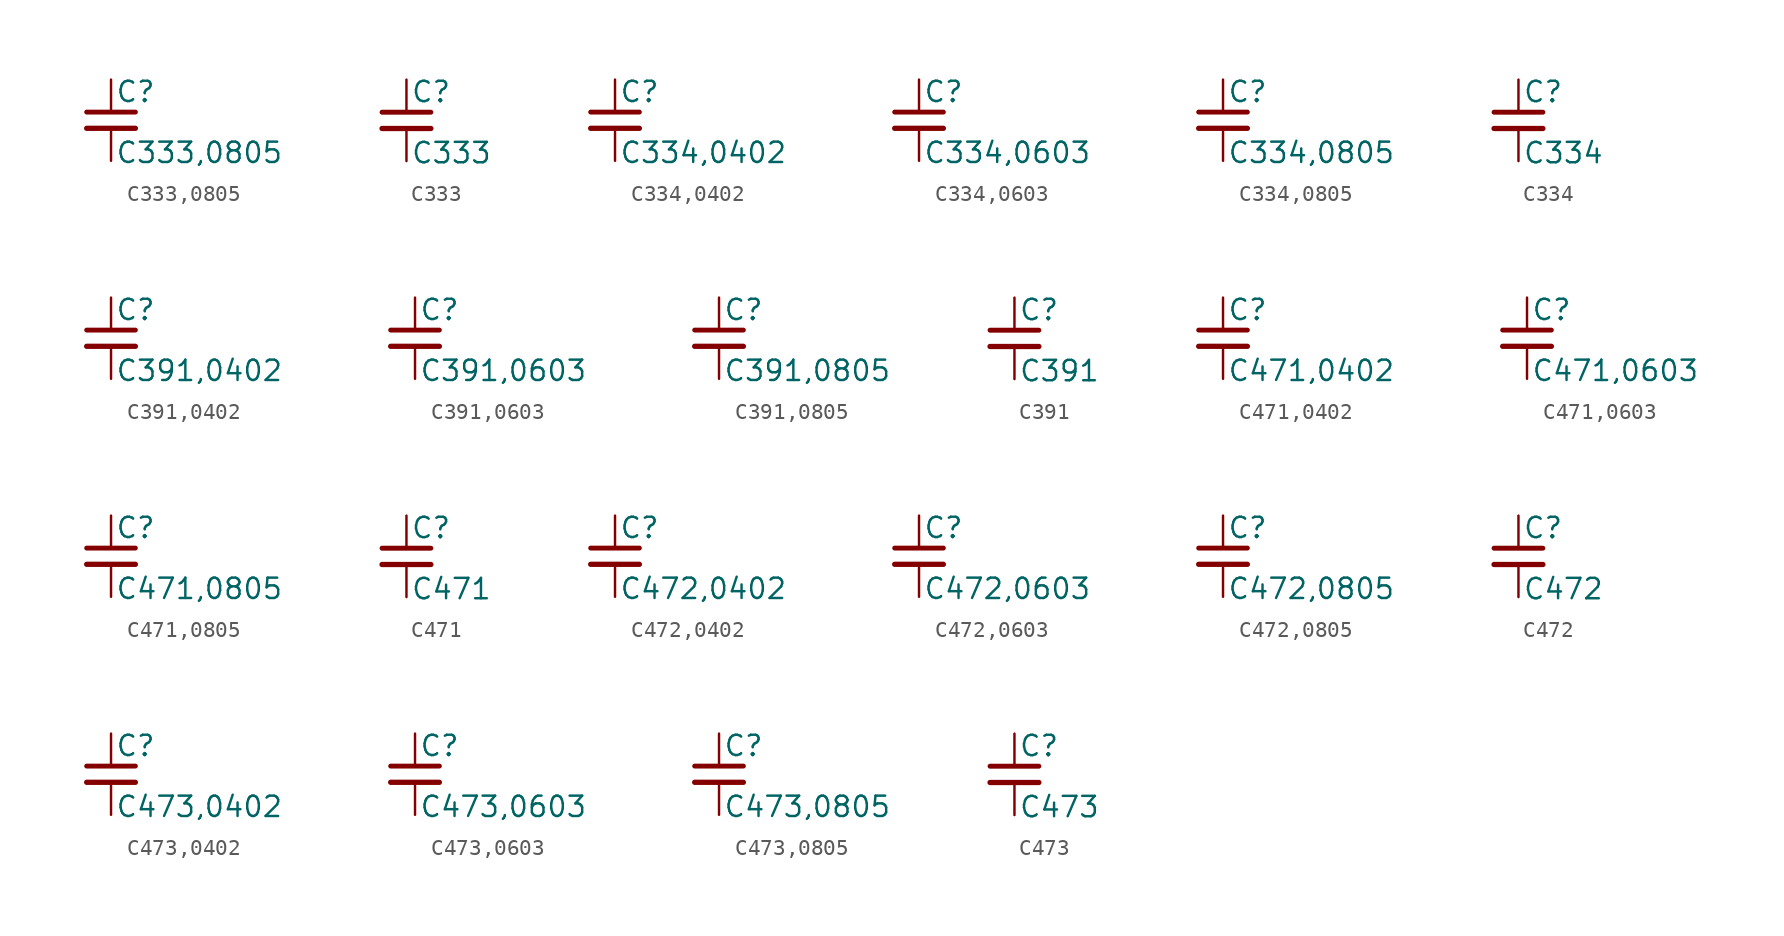
<source format=kicad_sym>
(kicad_symbol_lib
  (version 20211014)
  (generator kicad_symbol_editor)
  (symbol "C333,0805"
    (pin_numbers hide)
    (pin_names
      (offset 0.254) hide)
    (property "Reference" "C"
      (at 0.254 1.778 0)
      (effects (font (size 1.27 1.27)) (justify left)))
    (property "Value" "C333,0805"
      (at 0.254 -2.032 0)
      (effects (font (size 1.27 1.27)) (justify left)))
    (symbol "C333,0805_0_1"
      (polyline (pts (xy -1.524 -0.508) (xy 1.524 -0.508)) (stroke (width 0.33) (type default) (color 0 0 0 0)) (fill (type none)))
      (polyline (pts (xy -1.524 0.508) (xy 1.524 0.508)) (stroke (width 0.305) (type default) (color 0 0 0 0)) (fill (type none))))
    (symbol "C333,0805_1_1"
      (pin passive line (at 0 2.54 270) (length 2.032) (name "~" (effects (font (size 1.27 1.27)))) (number "1" (effects (font (size 1.27 1.27)))))
      (pin passive line (at 0 -2.54 90) (length 2.032) (name "~" (effects (font (size 1.27 1.27)))) (number "2" (effects (font (size 1.27 1.27)))))))
  (symbol "C333"
    (pin_numbers hide)
    (pin_names
      (offset 0.254) hide)
    (property "Reference" "C"
      (at 0.254 1.778 0)
      (effects (font (size 1.27 1.27)) (justify left)))
    (property "Value" "C333"
      (at 0.254 -2.032 0)
      (effects (font (size 1.27 1.27)) (justify left)))
    (symbol "C333_0_1"
      (polyline (pts (xy -1.524 -0.508) (xy 1.524 -0.508)) (stroke (width 0.33) (type default) (color 0 0 0 0)) (fill (type none)))
      (polyline (pts (xy -1.524 0.508) (xy 1.524 0.508)) (stroke (width 0.305) (type default) (color 0 0 0 0)) (fill (type none))))
    (symbol "C333_1_1"
      (pin passive line (at 0 2.54 270) (length 2.032) (name "~" (effects (font (size 1.27 1.27)))) (number "1" (effects (font (size 1.27 1.27)))))
      (pin passive line (at 0 -2.54 90) (length 2.032) (name "~" (effects (font (size 1.27 1.27)))) (number "2" (effects (font (size 1.27 1.27)))))))
  (symbol "C334,0402"
    (pin_numbers hide)
    (pin_names
      (offset 0.254) hide)
    (property "Reference" "C"
      (at 0.254 1.778 0)
      (effects (font (size 1.27 1.27)) (justify left)))
    (property "Value" "C334,0402"
      (at 0.254 -2.032 0)
      (effects (font (size 1.27 1.27)) (justify left)))
    (symbol "C334,0402_0_1"
      (polyline (pts (xy -1.524 -0.508) (xy 1.524 -0.508)) (stroke (width 0.33) (type default) (color 0 0 0 0)) (fill (type none)))
      (polyline (pts (xy -1.524 0.508) (xy 1.524 0.508)) (stroke (width 0.305) (type default) (color 0 0 0 0)) (fill (type none))))
    (symbol "C334,0402_1_1"
      (pin passive line (at 0 2.54 270) (length 2.032) (name "~" (effects (font (size 1.27 1.27)))) (number "1" (effects (font (size 1.27 1.27)))))
      (pin passive line (at 0 -2.54 90) (length 2.032) (name "~" (effects (font (size 1.27 1.27)))) (number "2" (effects (font (size 1.27 1.27)))))))
  (symbol "C334,0603"
    (pin_numbers hide)
    (pin_names
      (offset 0.254) hide)
    (property "Reference" "C"
      (at 0.254 1.778 0)
      (effects (font (size 1.27 1.27)) (justify left)))
    (property "Value" "C334,0603"
      (at 0.254 -2.032 0)
      (effects (font (size 1.27 1.27)) (justify left)))
    (symbol "C334,0603_0_1"
      (polyline (pts (xy -1.524 -0.508) (xy 1.524 -0.508)) (stroke (width 0.33) (type default) (color 0 0 0 0)) (fill (type none)))
      (polyline (pts (xy -1.524 0.508) (xy 1.524 0.508)) (stroke (width 0.305) (type default) (color 0 0 0 0)) (fill (type none))))
    (symbol "C334,0603_1_1"
      (pin passive line (at 0 2.54 270) (length 2.032) (name "~" (effects (font (size 1.27 1.27)))) (number "1" (effects (font (size 1.27 1.27)))))
      (pin passive line (at 0 -2.54 90) (length 2.032) (name "~" (effects (font (size 1.27 1.27)))) (number "2" (effects (font (size 1.27 1.27)))))))
  (symbol "C334,0805"
    (pin_numbers hide)
    (pin_names
      (offset 0.254) hide)
    (property "Reference" "C"
      (at 0.254 1.778 0)
      (effects (font (size 1.27 1.27)) (justify left)))
    (property "Value" "C334,0805"
      (at 0.254 -2.032 0)
      (effects (font (size 1.27 1.27)) (justify left)))
    (symbol "C334,0805_0_1"
      (polyline (pts (xy -1.524 -0.508) (xy 1.524 -0.508)) (stroke (width 0.33) (type default) (color 0 0 0 0)) (fill (type none)))
      (polyline (pts (xy -1.524 0.508) (xy 1.524 0.508)) (stroke (width 0.305) (type default) (color 0 0 0 0)) (fill (type none))))
    (symbol "C334,0805_1_1"
      (pin passive line (at 0 2.54 270) (length 2.032) (name "~" (effects (font (size 1.27 1.27)))) (number "1" (effects (font (size 1.27 1.27)))))
      (pin passive line (at 0 -2.54 90) (length 2.032) (name "~" (effects (font (size 1.27 1.27)))) (number "2" (effects (font (size 1.27 1.27)))))))
  (symbol "C334"
    (pin_numbers hide)
    (pin_names
      (offset 0.254) hide)
    (property "Reference" "C"
      (at 0.254 1.778 0)
      (effects (font (size 1.27 1.27)) (justify left)))
    (property "Value" "C334"
      (at 0.254 -2.032 0)
      (effects (font (size 1.27 1.27)) (justify left)))
    (symbol "C334_0_1"
      (polyline (pts (xy -1.524 -0.508) (xy 1.524 -0.508)) (stroke (width 0.33) (type default) (color 0 0 0 0)) (fill (type none)))
      (polyline (pts (xy -1.524 0.508) (xy 1.524 0.508)) (stroke (width 0.305) (type default) (color 0 0 0 0)) (fill (type none))))
    (symbol "C334_1_1"
      (pin passive line (at 0 2.54 270) (length 2.032) (name "~" (effects (font (size 1.27 1.27)))) (number "1" (effects (font (size 1.27 1.27)))))
      (pin passive line (at 0 -2.54 90) (length 2.032) (name "~" (effects (font (size 1.27 1.27)))) (number "2" (effects (font (size 1.27 1.27)))))))
  (symbol "C391,0402"
    (pin_numbers hide)
    (pin_names
      (offset 0.254) hide)
    (property "Reference" "C"
      (at 0.254 1.778 0)
      (effects (font (size 1.27 1.27)) (justify left)))
    (property "Value" "C391,0402"
      (at 0.254 -2.032 0)
      (effects (font (size 1.27 1.27)) (justify left)))
    (symbol "C391,0402_0_1"
      (polyline (pts (xy -1.524 -0.508) (xy 1.524 -0.508)) (stroke (width 0.33) (type default) (color 0 0 0 0)) (fill (type none)))
      (polyline (pts (xy -1.524 0.508) (xy 1.524 0.508)) (stroke (width 0.305) (type default) (color 0 0 0 0)) (fill (type none))))
    (symbol "C391,0402_1_1"
      (pin passive line (at 0 2.54 270) (length 2.032) (name "~" (effects (font (size 1.27 1.27)))) (number "1" (effects (font (size 1.27 1.27)))))
      (pin passive line (at 0 -2.54 90) (length 2.032) (name "~" (effects (font (size 1.27 1.27)))) (number "2" (effects (font (size 1.27 1.27)))))))
  (symbol "C391,0603"
    (pin_numbers hide)
    (pin_names
      (offset 0.254) hide)
    (property "Reference" "C"
      (at 0.254 1.778 0)
      (effects (font (size 1.27 1.27)) (justify left)))
    (property "Value" "C391,0603"
      (at 0.254 -2.032 0)
      (effects (font (size 1.27 1.27)) (justify left)))
    (symbol "C391,0603_0_1"
      (polyline (pts (xy -1.524 -0.508) (xy 1.524 -0.508)) (stroke (width 0.33) (type default) (color 0 0 0 0)) (fill (type none)))
      (polyline (pts (xy -1.524 0.508) (xy 1.524 0.508)) (stroke (width 0.305) (type default) (color 0 0 0 0)) (fill (type none))))
    (symbol "C391,0603_1_1"
      (pin passive line (at 0 2.54 270) (length 2.032) (name "~" (effects (font (size 1.27 1.27)))) (number "1" (effects (font (size 1.27 1.27)))))
      (pin passive line (at 0 -2.54 90) (length 2.032) (name "~" (effects (font (size 1.27 1.27)))) (number "2" (effects (font (size 1.27 1.27)))))))
  (symbol "C391,0805"
    (pin_numbers hide)
    (pin_names
      (offset 0.254) hide)
    (property "Reference" "C"
      (at 0.254 1.778 0)
      (effects (font (size 1.27 1.27)) (justify left)))
    (property "Value" "C391,0805"
      (at 0.254 -2.032 0)
      (effects (font (size 1.27 1.27)) (justify left)))
    (symbol "C391,0805_0_1"
      (polyline (pts (xy -1.524 -0.508) (xy 1.524 -0.508)) (stroke (width 0.33) (type default) (color 0 0 0 0)) (fill (type none)))
      (polyline (pts (xy -1.524 0.508) (xy 1.524 0.508)) (stroke (width 0.305) (type default) (color 0 0 0 0)) (fill (type none))))
    (symbol "C391,0805_1_1"
      (pin passive line (at 0 2.54 270) (length 2.032) (name "~" (effects (font (size 1.27 1.27)))) (number "1" (effects (font (size 1.27 1.27)))))
      (pin passive line (at 0 -2.54 90) (length 2.032) (name "~" (effects (font (size 1.27 1.27)))) (number "2" (effects (font (size 1.27 1.27)))))))
  (symbol "C391"
    (pin_numbers hide)
    (pin_names
      (offset 0.254) hide)
    (property "Reference" "C"
      (at 0.254 1.778 0)
      (effects (font (size 1.27 1.27)) (justify left)))
    (property "Value" "C391"
      (at 0.254 -2.032 0)
      (effects (font (size 1.27 1.27)) (justify left)))
    (symbol "C391_0_1"
      (polyline (pts (xy -1.524 -0.508) (xy 1.524 -0.508)) (stroke (width 0.33) (type default) (color 0 0 0 0)) (fill (type none)))
      (polyline (pts (xy -1.524 0.508) (xy 1.524 0.508)) (stroke (width 0.305) (type default) (color 0 0 0 0)) (fill (type none))))
    (symbol "C391_1_1"
      (pin passive line (at 0 2.54 270) (length 2.032) (name "~" (effects (font (size 1.27 1.27)))) (number "1" (effects (font (size 1.27 1.27)))))
      (pin passive line (at 0 -2.54 90) (length 2.032) (name "~" (effects (font (size 1.27 1.27)))) (number "2" (effects (font (size 1.27 1.27)))))))
  (symbol "C471,0402"
    (pin_numbers hide)
    (pin_names
      (offset 0.254) hide)
    (property "Reference" "C"
      (at 0.254 1.778 0)
      (effects (font (size 1.27 1.27)) (justify left)))
    (property "Value" "C471,0402"
      (at 0.254 -2.032 0)
      (effects (font (size 1.27 1.27)) (justify left)))
    (symbol "C471,0402_0_1"
      (polyline (pts (xy -1.524 -0.508) (xy 1.524 -0.508)) (stroke (width 0.33) (type default) (color 0 0 0 0)) (fill (type none)))
      (polyline (pts (xy -1.524 0.508) (xy 1.524 0.508)) (stroke (width 0.305) (type default) (color 0 0 0 0)) (fill (type none))))
    (symbol "C471,0402_1_1"
      (pin passive line (at 0 2.54 270) (length 2.032) (name "~" (effects (font (size 1.27 1.27)))) (number "1" (effects (font (size 1.27 1.27)))))
      (pin passive line (at 0 -2.54 90) (length 2.032) (name "~" (effects (font (size 1.27 1.27)))) (number "2" (effects (font (size 1.27 1.27)))))))
  (symbol "C471,0603"
    (pin_numbers hide)
    (pin_names
      (offset 0.254) hide)
    (property "Reference" "C"
      (at 0.254 1.778 0)
      (effects (font (size 1.27 1.27)) (justify left)))
    (property "Value" "C471,0603"
      (at 0.254 -2.032 0)
      (effects (font (size 1.27 1.27)) (justify left)))
    (symbol "C471,0603_0_1"
      (polyline (pts (xy -1.524 -0.508) (xy 1.524 -0.508)) (stroke (width 0.33) (type default) (color 0 0 0 0)) (fill (type none)))
      (polyline (pts (xy -1.524 0.508) (xy 1.524 0.508)) (stroke (width 0.305) (type default) (color 0 0 0 0)) (fill (type none))))
    (symbol "C471,0603_1_1"
      (pin passive line (at 0 2.54 270) (length 2.032) (name "~" (effects (font (size 1.27 1.27)))) (number "1" (effects (font (size 1.27 1.27)))))
      (pin passive line (at 0 -2.54 90) (length 2.032) (name "~" (effects (font (size 1.27 1.27)))) (number "2" (effects (font (size 1.27 1.27)))))))
  (symbol "C471,0805"
    (pin_numbers hide)
    (pin_names
      (offset 0.254) hide)
    (property "Reference" "C"
      (at 0.254 1.778 0)
      (effects (font (size 1.27 1.27)) (justify left)))
    (property "Value" "C471,0805"
      (at 0.254 -2.032 0)
      (effects (font (size 1.27 1.27)) (justify left)))
    (symbol "C471,0805_0_1"
      (polyline (pts (xy -1.524 -0.508) (xy 1.524 -0.508)) (stroke (width 0.33) (type default) (color 0 0 0 0)) (fill (type none)))
      (polyline (pts (xy -1.524 0.508) (xy 1.524 0.508)) (stroke (width 0.305) (type default) (color 0 0 0 0)) (fill (type none))))
    (symbol "C471,0805_1_1"
      (pin passive line (at 0 2.54 270) (length 2.032) (name "~" (effects (font (size 1.27 1.27)))) (number "1" (effects (font (size 1.27 1.27)))))
      (pin passive line (at 0 -2.54 90) (length 2.032) (name "~" (effects (font (size 1.27 1.27)))) (number "2" (effects (font (size 1.27 1.27)))))))
  (symbol "C471"
    (pin_numbers hide)
    (pin_names
      (offset 0.254) hide)
    (property "Reference" "C"
      (at 0.254 1.778 0)
      (effects (font (size 1.27 1.27)) (justify left)))
    (property "Value" "C471"
      (at 0.254 -2.032 0)
      (effects (font (size 1.27 1.27)) (justify left)))
    (symbol "C471_0_1"
      (polyline (pts (xy -1.524 -0.508) (xy 1.524 -0.508)) (stroke (width 0.33) (type default) (color 0 0 0 0)) (fill (type none)))
      (polyline (pts (xy -1.524 0.508) (xy 1.524 0.508)) (stroke (width 0.305) (type default) (color 0 0 0 0)) (fill (type none))))
    (symbol "C471_1_1"
      (pin passive line (at 0 2.54 270) (length 2.032) (name "~" (effects (font (size 1.27 1.27)))) (number "1" (effects (font (size 1.27 1.27)))))
      (pin passive line (at 0 -2.54 90) (length 2.032) (name "~" (effects (font (size 1.27 1.27)))) (number "2" (effects (font (size 1.27 1.27)))))))
  (symbol "C472,0402"
    (pin_numbers hide)
    (pin_names
      (offset 0.254) hide)
    (property "Reference" "C"
      (at 0.254 1.778 0)
      (effects (font (size 1.27 1.27)) (justify left)))
    (property "Value" "C472,0402"
      (at 0.254 -2.032 0)
      (effects (font (size 1.27 1.27)) (justify left)))
    (symbol "C472,0402_0_1"
      (polyline (pts (xy -1.524 -0.508) (xy 1.524 -0.508)) (stroke (width 0.33) (type default) (color 0 0 0 0)) (fill (type none)))
      (polyline (pts (xy -1.524 0.508) (xy 1.524 0.508)) (stroke (width 0.305) (type default) (color 0 0 0 0)) (fill (type none))))
    (symbol "C472,0402_1_1"
      (pin passive line (at 0 2.54 270) (length 2.032) (name "~" (effects (font (size 1.27 1.27)))) (number "1" (effects (font (size 1.27 1.27)))))
      (pin passive line (at 0 -2.54 90) (length 2.032) (name "~" (effects (font (size 1.27 1.27)))) (number "2" (effects (font (size 1.27 1.27)))))))
  (symbol "C472,0603"
    (pin_numbers hide)
    (pin_names
      (offset 0.254) hide)
    (property "Reference" "C"
      (at 0.254 1.778 0)
      (effects (font (size 1.27 1.27)) (justify left)))
    (property "Value" "C472,0603"
      (at 0.254 -2.032 0)
      (effects (font (size 1.27 1.27)) (justify left)))
    (symbol "C472,0603_0_1"
      (polyline (pts (xy -1.524 -0.508) (xy 1.524 -0.508)) (stroke (width 0.33) (type default) (color 0 0 0 0)) (fill (type none)))
      (polyline (pts (xy -1.524 0.508) (xy 1.524 0.508)) (stroke (width 0.305) (type default) (color 0 0 0 0)) (fill (type none))))
    (symbol "C472,0603_1_1"
      (pin passive line (at 0 2.54 270) (length 2.032) (name "~" (effects (font (size 1.27 1.27)))) (number "1" (effects (font (size 1.27 1.27)))))
      (pin passive line (at 0 -2.54 90) (length 2.032) (name "~" (effects (font (size 1.27 1.27)))) (number "2" (effects (font (size 1.27 1.27)))))))
  (symbol "C472,0805"
    (pin_numbers hide)
    (pin_names
      (offset 0.254) hide)
    (property "Reference" "C"
      (at 0.254 1.778 0)
      (effects (font (size 1.27 1.27)) (justify left)))
    (property "Value" "C472,0805"
      (at 0.254 -2.032 0)
      (effects (font (size 1.27 1.27)) (justify left)))
    (symbol "C472,0805_0_1"
      (polyline (pts (xy -1.524 -0.508) (xy 1.524 -0.508)) (stroke (width 0.33) (type default) (color 0 0 0 0)) (fill (type none)))
      (polyline (pts (xy -1.524 0.508) (xy 1.524 0.508)) (stroke (width 0.305) (type default) (color 0 0 0 0)) (fill (type none))))
    (symbol "C472,0805_1_1"
      (pin passive line (at 0 2.54 270) (length 2.032) (name "~" (effects (font (size 1.27 1.27)))) (number "1" (effects (font (size 1.27 1.27)))))
      (pin passive line (at 0 -2.54 90) (length 2.032) (name "~" (effects (font (size 1.27 1.27)))) (number "2" (effects (font (size 1.27 1.27)))))))
  (symbol "C472"
    (pin_numbers hide)
    (pin_names
      (offset 0.254) hide)
    (property "Reference" "C"
      (at 0.254 1.778 0)
      (effects (font (size 1.27 1.27)) (justify left)))
    (property "Value" "C472"
      (at 0.254 -2.032 0)
      (effects (font (size 1.27 1.27)) (justify left)))
    (symbol "C472_0_1"
      (polyline (pts (xy -1.524 -0.508) (xy 1.524 -0.508)) (stroke (width 0.33) (type default) (color 0 0 0 0)) (fill (type none)))
      (polyline (pts (xy -1.524 0.508) (xy 1.524 0.508)) (stroke (width 0.305) (type default) (color 0 0 0 0)) (fill (type none))))
    (symbol "C472_1_1"
      (pin passive line (at 0 2.54 270) (length 2.032) (name "~" (effects (font (size 1.27 1.27)))) (number "1" (effects (font (size 1.27 1.27)))))
      (pin passive line (at 0 -2.54 90) (length 2.032) (name "~" (effects (font (size 1.27 1.27)))) (number "2" (effects (font (size 1.27 1.27)))))))
  (symbol "C473,0402"
    (pin_numbers hide)
    (pin_names
      (offset 0.254) hide)
    (property "Reference" "C"
      (at 0.254 1.778 0)
      (effects (font (size 1.27 1.27)) (justify left)))
    (property "Value" "C473,0402"
      (at 0.254 -2.032 0)
      (effects (font (size 1.27 1.27)) (justify left)))
    (symbol "C473,0402_0_1"
      (polyline (pts (xy -1.524 -0.508) (xy 1.524 -0.508)) (stroke (width 0.33) (type default) (color 0 0 0 0)) (fill (type none)))
      (polyline (pts (xy -1.524 0.508) (xy 1.524 0.508)) (stroke (width 0.305) (type default) (color 0 0 0 0)) (fill (type none))))
    (symbol "C473,0402_1_1"
      (pin passive line (at 0 2.54 270) (length 2.032) (name "~" (effects (font (size 1.27 1.27)))) (number "1" (effects (font (size 1.27 1.27)))))
      (pin passive line (at 0 -2.54 90) (length 2.032) (name "~" (effects (font (size 1.27 1.27)))) (number "2" (effects (font (size 1.27 1.27)))))))
  (symbol "C473,0603"
    (pin_numbers hide)
    (pin_names
      (offset 0.254) hide)
    (property "Reference" "C"
      (at 0.254 1.778 0)
      (effects (font (size 1.27 1.27)) (justify left)))
    (property "Value" "C473,0603"
      (at 0.254 -2.032 0)
      (effects (font (size 1.27 1.27)) (justify left)))
    (symbol "C473,0603_0_1"
      (polyline (pts (xy -1.524 -0.508) (xy 1.524 -0.508)) (stroke (width 0.33) (type default) (color 0 0 0 0)) (fill (type none)))
      (polyline (pts (xy -1.524 0.508) (xy 1.524 0.508)) (stroke (width 0.305) (type default) (color 0 0 0 0)) (fill (type none))))
    (symbol "C473,0603_1_1"
      (pin passive line (at 0 2.54 270) (length 2.032) (name "~" (effects (font (size 1.27 1.27)))) (number "1" (effects (font (size 1.27 1.27)))))
      (pin passive line (at 0 -2.54 90) (length 2.032) (name "~" (effects (font (size 1.27 1.27)))) (number "2" (effects (font (size 1.27 1.27)))))))
  (symbol "C473,0805"
    (pin_numbers hide)
    (pin_names
      (offset 0.254) hide)
    (property "Reference" "C"
      (at 0.254 1.778 0)
      (effects (font (size 1.27 1.27)) (justify left)))
    (property "Value" "C473,0805"
      (at 0.254 -2.032 0)
      (effects (font (size 1.27 1.27)) (justify left)))
    (symbol "C473,0805_0_1"
      (polyline (pts (xy -1.524 -0.508) (xy 1.524 -0.508)) (stroke (width 0.33) (type default) (color 0 0 0 0)) (fill (type none)))
      (polyline (pts (xy -1.524 0.508) (xy 1.524 0.508)) (stroke (width 0.305) (type default) (color 0 0 0 0)) (fill (type none))))
    (symbol "C473,0805_1_1"
      (pin passive line (at 0 2.54 270) (length 2.032) (name "~" (effects (font (size 1.27 1.27)))) (number "1" (effects (font (size 1.27 1.27)))))
      (pin passive line (at 0 -2.54 90) (length 2.032) (name "~" (effects (font (size 1.27 1.27)))) (number "2" (effects (font (size 1.27 1.27)))))))
  (symbol "C473"
    (pin_numbers hide)
    (pin_names
      (offset 0.254) hide)
    (property "Reference" "C"
      (at 0.254 1.778 0)
      (effects (font (size 1.27 1.27)) (justify left)))
    (property "Value" "C473"
      (at 0.254 -2.032 0)
      (effects (font (size 1.27 1.27)) (justify left)))
    (symbol "C473_0_1"
      (polyline (pts (xy -1.524 -0.508) (xy 1.524 -0.508)) (stroke (width 0.33) (type default) (color 0 0 0 0)) (fill (type none)))
      (polyline (pts (xy -1.524 0.508) (xy 1.524 0.508)) (stroke (width 0.305) (type default) (color 0 0 0 0)) (fill (type none))))
    (symbol "C473_1_1"
      (pin passive line (at 0 2.54 270) (length 2.032) (name "~" (effects (font (size 1.27 1.27)))) (number "1" (effects (font (size 1.27 1.27)))))
      (pin passive line (at 0 -2.54 90) (length 2.032) (name "~" (effects (font (size 1.27 1.27)))) (number "2" (effects (font (size 1.27 1.27))))))))
</source>
